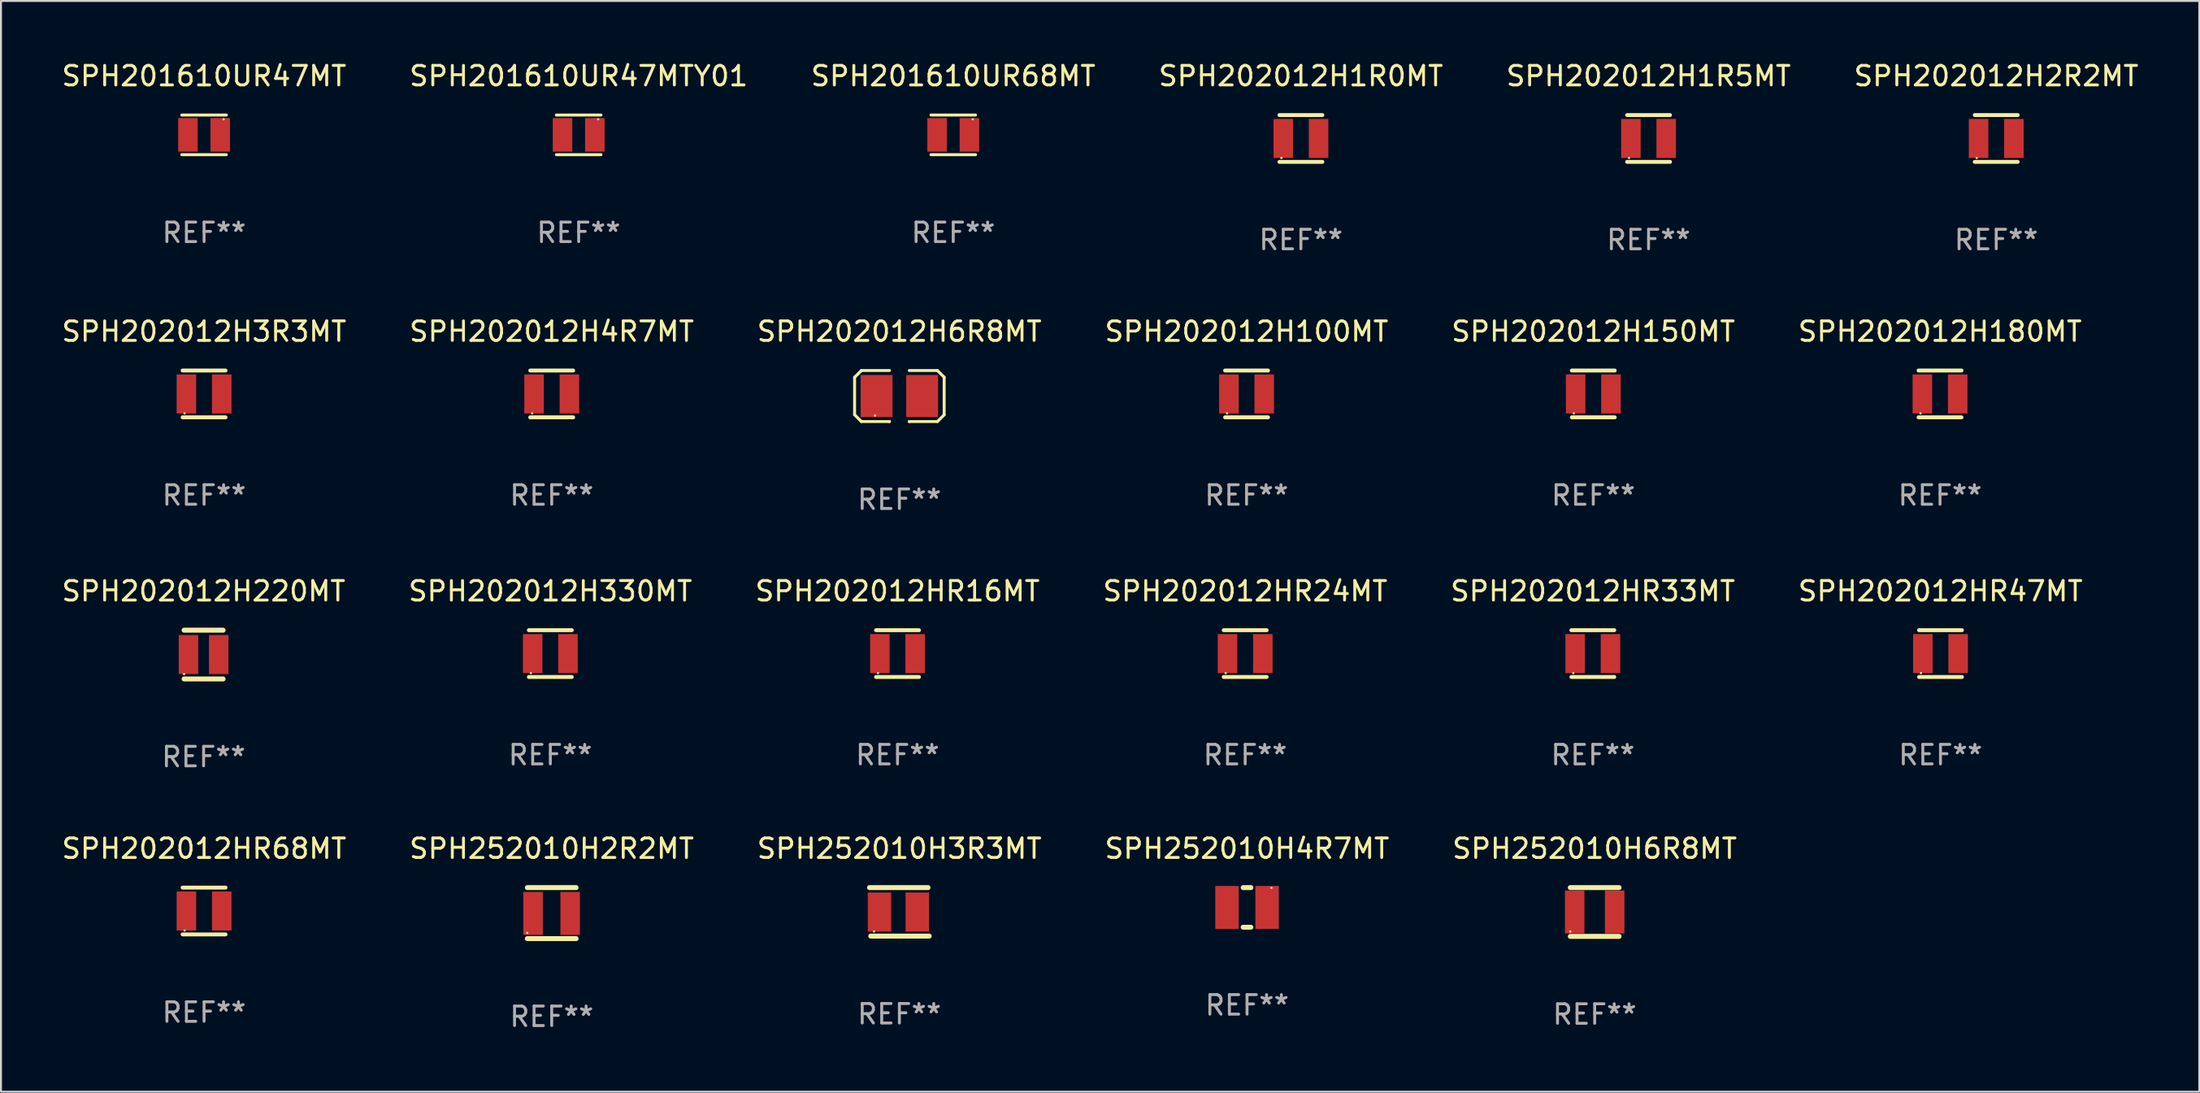
<source format=kicad_pcb>
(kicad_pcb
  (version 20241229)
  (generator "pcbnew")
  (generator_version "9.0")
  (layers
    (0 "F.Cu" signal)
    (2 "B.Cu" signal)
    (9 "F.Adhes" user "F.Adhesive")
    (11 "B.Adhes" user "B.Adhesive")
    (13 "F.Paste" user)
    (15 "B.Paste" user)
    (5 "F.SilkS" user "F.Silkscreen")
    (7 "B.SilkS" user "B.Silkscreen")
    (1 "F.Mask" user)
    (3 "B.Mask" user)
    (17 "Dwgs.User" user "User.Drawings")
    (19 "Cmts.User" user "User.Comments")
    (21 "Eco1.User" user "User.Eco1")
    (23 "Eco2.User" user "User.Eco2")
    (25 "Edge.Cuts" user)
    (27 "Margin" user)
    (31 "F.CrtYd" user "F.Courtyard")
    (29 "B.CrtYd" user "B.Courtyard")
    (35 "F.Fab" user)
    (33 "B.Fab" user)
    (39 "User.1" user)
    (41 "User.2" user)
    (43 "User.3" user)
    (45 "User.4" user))
  (footprint "SPH202012H4R7MT"
    (layer "F.Cu")
    (at 25.232 17.145)
    (property "Reference" "SPH202012H4R7MT" (at 0 -3.2 0) (layer "F.SilkS") (effects (font (size 1 1) (thickness 0.15))))
    (attr through_hole)
    (fp_line (start -1.1 -1.2) (end 1.1 -1.2) (stroke (width 0.2) (type solid)) (layer "F.SilkS"))
    (fp_line (start -1.1 1.2) (end 1.1 1.2) (stroke (width 0.2) (type solid)) (layer "F.SilkS"))
    (fp_circle (center -1 1) (end -0.97 1) (stroke (width 0.06) (type solid)) (fill no) (layer "F.SilkS"))
    (fp_text user "REF**" (at 0 5.2 0) (layer "F.Fab") (effects (font (size 1 1) (thickness 0.15))))
    (pad "1" smd rect (at -0.905 0) (size 1 2) (layers "F.Cu" "F.Mask" "F.Paste"))
    (pad "2" smd rect (at 0.905 0) (size 1 2) (layers "F.Cu" "F.Mask" "F.Paste")))
  (footprint "SPH202012H330MT"
    (layer "F.Cu")
    (at 25.161 30.457)
    (property "Reference" "SPH202012H330MT" (at 0 -3.2 0) (layer "F.SilkS") (effects (font (size 1 1) (thickness 0.15))))
    (attr through_hole)
    (fp_line (start -1.1 -1.2) (end 1.1 -1.2) (stroke (width 0.2) (type solid)) (layer "F.SilkS"))
    (fp_line (start -1.1 1.2) (end 1.1 1.2) (stroke (width 0.2) (type solid)) (layer "F.SilkS"))
    (fp_circle (center -1 1) (end -0.97 1) (stroke (width 0.06) (type solid)) (fill no) (layer "F.SilkS"))
    (fp_text user "REF**" (at 0 5.2 0) (layer "F.Fab") (effects (font (size 1 1) (thickness 0.15))))
    (pad "1" smd rect (at -0.905 0) (size 1 2) (layers "F.Cu" "F.Mask" "F.Paste"))
    (pad "2" smd rect (at 0.905 0) (size 1 2) (layers "F.Cu" "F.Mask" "F.Paste")))
  (footprint "SPH201610UR47MTY01"
    (layer "F.Cu")
    (at 26.613 3.864)
    (property "Reference" "SPH201610UR47MTY01" (at 0 -3.016 0) (layer "F.SilkS") (effects (font (size 1 1) (thickness 0.15))))
    (attr through_hole)
    (fp_line (start -1.143 -1.016) (end 1.143 -1.016) (stroke (width 0.152) (type solid)) (layer "F.SilkS"))
    (fp_line (start 1.143 1.016) (end -1.143 1.016) (stroke (width 0.152) (type solid)) (layer "F.SilkS"))
    (fp_circle (center 1 -0.8) (end 1.03 -0.8) (stroke (width 0.06) (type solid)) (fill no) (layer "F.SilkS"))
    (fp_text user "REF**" (at 0 5.016 0) (layer "F.Fab") (effects (font (size 1 1) (thickness 0.15))))
    (pad "1" smd rect (at 0.828 0) (size 1 1.72) (layers "F.Cu" "F.Mask" "F.Paste"))
    (pad "2" smd rect (at -0.828 0) (size 1 1.72) (layers "F.Cu" "F.Mask" "F.Paste")))
  (footprint "SPH252010H2R2MT"
    (layer "F.Cu")
    (at 25.232 43.762)
    (property "Reference" "SPH252010H2R2MT" (at 0 -3.308 0) (layer "F.SilkS") (effects (font (size 1 1) (thickness 0.15))))
    (attr through_hole)
    (fp_line (start -1.25 -1.308) (end 1.25 -1.308) (stroke (width 0.254) (type solid)) (layer "F.SilkS"))
    (fp_line (start -1.25 1.308) (end 1.25 1.308) (stroke (width 0.254) (type solid)) (layer "F.SilkS"))
    (fp_circle (center -1.255 1.013) (end -1.225 1.013) (stroke (width 0.06) (type solid)) (fill no) (layer "F.SilkS"))
    (fp_text user "REF**" (at 0 5.308 0) (layer "F.Fab") (effects (font (size 1 1) (thickness 0.15))))
    (pad "1" smd rect (at -0.956 0.013) (size 1 2.2) (layers "F.Cu" "F.Mask" "F.Paste"))
    (pad "2" smd rect (at 0.945 0.013) (size 1 2.2) (layers "F.Cu" "F.Mask" "F.Paste")))
  (footprint "SPH202012HR24MT"
    (layer "F.Cu")
    (at 60.78 30.457)
    (property "Reference" "SPH202012HR24MT" (at 0 -3.2 0) (layer "F.SilkS") (effects (font (size 1 1) (thickness 0.15))))
    (attr through_hole)
    (fp_line (start -1.1 -1.2) (end 1.1 -1.2) (stroke (width 0.2) (type solid)) (layer "F.SilkS"))
    (fp_line (start -1.1 1.2) (end 1.1 1.2) (stroke (width 0.2) (type solid)) (layer "F.SilkS"))
    (fp_circle (center -1 1) (end -0.97 1) (stroke (width 0.06) (type solid)) (fill no) (layer "F.SilkS"))
    (fp_text user "REF**" (at 0 5.2 0) (layer "F.Fab") (effects (font (size 1 1) (thickness 0.15))))
    (pad "1" smd rect (at -0.905 0) (size 1 2) (layers "F.Cu" "F.Mask" "F.Paste"))
    (pad "2" smd rect (at 0.905 0) (size 1 2) (layers "F.Cu" "F.Mask" "F.Paste")))
  (footprint "SPH252010H3R3MT"
    (layer "F.Cu")
    (at 43.054 43.697)
    (property "Reference" "SPH252010H3R3MT" (at 0 -3.243 0) (layer "F.SilkS") (effects (font (size 1 1) (thickness 0.15))))
    (attr through_hole)
    (fp_line (start -1.531 -1.243) (end 1.469 -1.243) (stroke (width 0.254) (type solid)) (layer "F.SilkS"))
    (fp_line (start -1.469 1.243) (end 1.531 1.243) (stroke (width 0.254) (type solid)) (layer "F.SilkS"))
    (fp_circle (center -1.3 1.009) (end -1.27 1.009) (stroke (width 0.06) (type solid)) (fill no) (layer "F.SilkS"))
    (fp_text user "REF**" (at 0 5.243 0) (layer "F.Fab") (effects (font (size 1 1) (thickness 0.15))))
    (pad "1" smd rect (at -1.019 0.009) (size 1.2 2) (layers "F.Cu" "F.Mask" "F.Paste"))
    (pad "2" smd rect (at 0.918 0.009) (size 1.2 2) (layers "F.Cu" "F.Mask" "F.Paste")))
  (footprint "SPH201610UR68MT"
    (layer "F.Cu")
    (at 45.815 3.864)
    (property "Reference" "SPH201610UR68MT" (at 0 -3.016 0) (layer "F.SilkS") (effects (font (size 1 1) (thickness 0.15))))
    (attr through_hole)
    (fp_line (start -1.143 -1.016) (end 1.143 -1.016) (stroke (width 0.152) (type solid)) (layer "F.SilkS"))
    (fp_line (start 1.143 1.016) (end -1.143 1.016) (stroke (width 0.152) (type solid)) (layer "F.SilkS"))
    (fp_circle (center 1 -0.8) (end 1.03 -0.8) (stroke (width 0.06) (type solid)) (fill no) (layer "F.SilkS"))
    (fp_text user "REF**" (at 0 5.016 0) (layer "F.Fab") (effects (font (size 1 1) (thickness 0.15))))
    (pad "1" smd rect (at 0.828 0) (size 1 1.72) (layers "F.Cu" "F.Mask" "F.Paste"))
    (pad "2" smd rect (at -0.828 0) (size 1 1.72) (layers "F.Cu" "F.Mask" "F.Paste")))
  (footprint "SPH202012H1R0MT"
    (layer "F.Cu")
    (at 63.637 4.048)
    (property "Reference" "SPH202012H1R0MT" (at 0 -3.2 0) (layer "F.SilkS") (effects (font (size 1 1) (thickness 0.15))))
    (attr through_hole)
    (fp_line (start -1.1 -1.2) (end 1.1 -1.2) (stroke (width 0.2) (type solid)) (layer "F.SilkS"))
    (fp_line (start -1.1 1.2) (end 1.1 1.2) (stroke (width 0.2) (type solid)) (layer "F.SilkS"))
    (fp_circle (center -1 1) (end -0.97 1) (stroke (width 0.06) (type solid)) (fill no) (layer "F.SilkS"))
    (fp_text user "REF**" (at 0 5.2 0) (layer "F.Fab") (effects (font (size 1 1) (thickness 0.15))))
    (pad "1" smd rect (at -0.905 0) (size 1 2) (layers "F.Cu" "F.Mask" "F.Paste"))
    (pad "2" smd rect (at 0.905 0) (size 1 2) (layers "F.Cu" "F.Mask" "F.Paste")))
  (footprint "SPH202012H3R3MT"
    (layer "F.Cu")
    (at 7.411 17.145)
    (property "Reference" "SPH202012H3R3MT" (at 0 -3.2 0) (layer "F.SilkS") (effects (font (size 1 1) (thickness 0.15))))
    (attr through_hole)
    (fp_line (start -1.1 -1.2) (end 1.1 -1.2) (stroke (width 0.2) (type solid)) (layer "F.SilkS"))
    (fp_line (start -1.1 1.2) (end 1.1 1.2) (stroke (width 0.2) (type solid)) (layer "F.SilkS"))
    (fp_circle (center -1 1) (end -0.97 1) (stroke (width 0.06) (type solid)) (fill no) (layer "F.SilkS"))
    (fp_text user "REF**" (at 0 5.2 0) (layer "F.Fab") (effects (font (size 1 1) (thickness 0.15))))
    (pad "1" smd rect (at -0.905 0) (size 1 2) (layers "F.Cu" "F.Mask" "F.Paste"))
    (pad "2" smd rect (at 0.905 0) (size 1 2) (layers "F.Cu" "F.Mask" "F.Paste")))
  (footprint "SPH202012HR68MT"
    (layer "F.Cu")
    (at 7.411 43.654)
    (property "Reference" "SPH202012HR68MT" (at 0 -3.2 0) (layer "F.SilkS") (effects (font (size 1 1) (thickness 0.15))))
    (attr through_hole)
    (fp_line (start -1.1 -1.2) (end 1.1 -1.2) (stroke (width 0.2) (type solid)) (layer "F.SilkS"))
    (fp_line (start -1.1 1.2) (end 1.1 1.2) (stroke (width 0.2) (type solid)) (layer "F.SilkS"))
    (fp_circle (center -1 1) (end -0.97 1) (stroke (width 0.06) (type solid)) (fill no) (layer "F.SilkS"))
    (fp_text user "REF**" (at 0 5.2 0) (layer "F.Fab") (effects (font (size 1 1) (thickness 0.15))))
    (pad "1" smd rect (at -0.905 0) (size 1 2) (layers "F.Cu" "F.Mask" "F.Paste"))
    (pad "2" smd rect (at 0.905 0) (size 1 2) (layers "F.Cu" "F.Mask" "F.Paste")))
  (footprint "SPH202012H2R2MT"
    (layer "F.Cu")
    (at 99.28 4.048)
    (property "Reference" "SPH202012H2R2MT" (at 0 -3.2 0) (layer "F.SilkS") (effects (font (size 1 1) (thickness 0.15))))
    (attr through_hole)
    (fp_line (start -1.1 -1.2) (end 1.1 -1.2) (stroke (width 0.2) (type solid)) (layer "F.SilkS"))
    (fp_line (start -1.1 1.2) (end 1.1 1.2) (stroke (width 0.2) (type solid)) (layer "F.SilkS"))
    (fp_circle (center -1 1) (end -0.97 1) (stroke (width 0.06) (type solid)) (fill no) (layer "F.SilkS"))
    (fp_text user "REF**" (at 0 5.2 0) (layer "F.Fab") (effects (font (size 1 1) (thickness 0.15))))
    (pad "1" smd rect (at -0.905 0) (size 1 2) (layers "F.Cu" "F.Mask" "F.Paste"))
    (pad "2" smd rect (at 0.905 0) (size 1 2) (layers "F.Cu" "F.Mask" "F.Paste")))
  (footprint "SPH202012HR16MT"
    (layer "F.Cu")
    (at 42.958 30.457)
    (property "Reference" "SPH202012HR16MT" (at 0 -3.2 0) (layer "F.SilkS") (effects (font (size 1 1) (thickness 0.15))))
    (attr through_hole)
    (fp_line (start -1.1 -1.2) (end 1.1 -1.2) (stroke (width 0.2) (type solid)) (layer "F.SilkS"))
    (fp_line (start -1.1 1.2) (end 1.1 1.2) (stroke (width 0.2) (type solid)) (layer "F.SilkS"))
    (fp_circle (center -1 1) (end -0.97 1) (stroke (width 0.06) (type solid)) (fill no) (layer "F.SilkS"))
    (fp_text user "REF**" (at 0 5.2 0) (layer "F.Fab") (effects (font (size 1 1) (thickness 0.15))))
    (pad "1" smd rect (at -0.905 0) (size 1 2) (layers "F.Cu" "F.Mask" "F.Paste"))
    (pad "2" smd rect (at 0.905 0) (size 1 2) (layers "F.Cu" "F.Mask" "F.Paste")))
  (footprint "SPH202012HR47MT"
    (layer "F.Cu")
    (at 96.423 30.457)
    (property "Reference" "SPH202012HR47MT" (at 0 -3.2 0) (layer "F.SilkS") (effects (font (size 1 1) (thickness 0.15))))
    (attr through_hole)
    (fp_line (start -1.1 -1.2) (end 1.1 -1.2) (stroke (width 0.2) (type solid)) (layer "F.SilkS"))
    (fp_line (start -1.1 1.2) (end 1.1 1.2) (stroke (width 0.2) (type solid)) (layer "F.SilkS"))
    (fp_circle (center -1 1) (end -0.97 1) (stroke (width 0.06) (type solid)) (fill no) (layer "F.SilkS"))
    (fp_text user "REF**" (at 0 5.2 0) (layer "F.Fab") (effects (font (size 1 1) (thickness 0.15))))
    (pad "1" smd rect (at -0.905 0) (size 1 2) (layers "F.Cu" "F.Mask" "F.Paste"))
    (pad "2" smd rect (at 0.905 0) (size 1 2) (layers "F.Cu" "F.Mask" "F.Paste")))
  (footprint "SPH202012H6R8MT"
    (layer "F.Cu")
    (at 43.054 17.253)
    (property "Reference" "SPH202012H6R8MT" (at 0 -3.308 0) (layer "F.SilkS") (effects (font (size 1 1) (thickness 0.15))))
    (attr through_hole)
    (fp_line (start -2.296 -0.96) (end -1.948 -1.308) (stroke (width 0.152) (type solid)) (layer "F.SilkS"))
    (fp_line (start -2.296 0.96) (end -2.296 -0.96) (stroke (width 0.152) (type solid)) (layer "F.SilkS"))
    (fp_line (start -1.948 -1.308) (end -0.508 -1.308) (stroke (width 0.152) (type solid)) (layer "F.SilkS"))
    (fp_line (start -1.948 1.308) (end -2.296 0.96) (stroke (width 0.152) (type solid)) (layer "F.SilkS"))
    (fp_line (start -0.508 1.308) (end -1.948 1.308) (stroke (width 0.152) (type solid)) (layer "F.SilkS"))
    (fp_line (start -0.508 1.308) (end -0.508 1.308) (stroke (width 0.152) (type solid)) (layer "F.SilkS"))
    (fp_line (start 0.508 1.308) (end 0.508 1.308) (stroke (width 0.152) (type solid)) (layer "F.SilkS"))
    (fp_line (start 0.508 1.308) (end 1.948 1.308) (stroke (width 0.152) (type solid)) (layer "F.SilkS"))
    (fp_line (start 1.948 -1.308) (end 0.508 -1.308) (stroke (width 0.152) (type solid)) (layer "F.SilkS"))
    (fp_line (start 1.948 1.308) (end 2.296 0.963) (stroke (width 0.152) (type solid)) (layer "F.SilkS"))
    (fp_line (start 2.296 -0.963) (end 1.948 -1.308) (stroke (width 0.152) (type solid)) (layer "F.SilkS"))
    (fp_line (start 2.296 0.963) (end 2.296 -0.963) (stroke (width 0.152) (type solid)) (layer "F.SilkS"))
    (fp_circle (center -1.25 1) (end -1.22 1) (stroke (width 0.06) (type solid)) (fill no) (layer "F.SilkS"))
    (fp_text user "REF**" (at 0 5.308 0) (layer "F.Fab") (effects (font (size 1 1) (thickness 0.15))))
    (pad "1" smd rect (at -1.168 0.000025) (size 1.635 2.16) (layers "F.Cu" "F.Mask" "F.Paste"))
    (pad "2" smd rect (at 1.168 0.000025) (size 1.635 2.16) (layers "F.Cu" "F.Mask" "F.Paste")))
  (footprint "SPH202012H1R5MT"
    (layer "F.Cu")
    (at 81.458 4.048)
    (property "Reference" "SPH202012H1R5MT" (at 0 -3.2 0) (layer "F.SilkS") (effects (font (size 1 1) (thickness 0.15))))
    (attr through_hole)
    (fp_line (start -1.1 -1.2) (end 1.1 -1.2) (stroke (width 0.2) (type solid)) (layer "F.SilkS"))
    (fp_line (start -1.1 1.2) (end 1.1 1.2) (stroke (width 0.2) (type solid)) (layer "F.SilkS"))
    (fp_circle (center -1 1) (end -0.97 1) (stroke (width 0.06) (type solid)) (fill no) (layer "F.SilkS"))
    (fp_text user "REF**" (at 0 5.2 0) (layer "F.Fab") (effects (font (size 1 1) (thickness 0.15))))
    (pad "1" smd rect (at -0.905 0) (size 1 2) (layers "F.Cu" "F.Mask" "F.Paste"))
    (pad "2" smd rect (at 0.905 0) (size 1 2) (layers "F.Cu" "F.Mask" "F.Paste")))
  (footprint "SPH252010H4R7MT"
    (layer "F.Cu")
    (at 60.875 43.47)
    (property "Reference" "SPH252010H4R7MT" (at 0 -3.016 0) (layer "F.SilkS") (effects (font (size 1 1) (thickness 0.15))))
    (attr through_hole)
    (fp_line (start -0.197 1.016) (end 0.197 1.016) (stroke (width 0.254) (type solid)) (layer "F.SilkS"))
    (fp_line (start 0.197 -1.016) (end -0.197 -1.016) (stroke (width 0.254) (type solid)) (layer "F.SilkS"))
    (fp_circle (center 1.25 -1) (end 1.28 -1) (stroke (width 0.06) (type solid)) (fill no) (layer "F.SilkS"))
    (fp_text user "REF**" (at 0 5.016 0) (layer "F.Fab") (effects (font (size 1 1) (thickness 0.15))))
    (pad "1" smd rect (at 1.028 0) (size 1.2 2.2) (layers "F.Cu" "F.Mask" "F.Paste"))
    (pad "2" smd rect (at -1.028 0) (size 1.2 2.2) (layers "F.Cu" "F.Mask" "F.Paste")))
  (footprint "SPH202012H150MT"
    (layer "F.Cu")
    (at 78.625 17.145)
    (property "Reference" "SPH202012H150MT" (at 0 -3.2 0) (layer "F.SilkS") (effects (font (size 1 1) (thickness 0.15))))
    (attr through_hole)
    (fp_line (start -1.1 -1.2) (end 1.1 -1.2) (stroke (width 0.2) (type solid)) (layer "F.SilkS"))
    (fp_line (start -1.1 1.2) (end 1.1 1.2) (stroke (width 0.2) (type solid)) (layer "F.SilkS"))
    (fp_circle (center -1 1) (end -0.97 1) (stroke (width 0.06) (type solid)) (fill no) (layer "F.SilkS"))
    (fp_text user "REF**" (at 0 5.2 0) (layer "F.Fab") (effects (font (size 1 1) (thickness 0.15))))
    (pad "1" smd rect (at -0.905 0) (size 1 2) (layers "F.Cu" "F.Mask" "F.Paste"))
    (pad "2" smd rect (at 0.905 0) (size 1 2) (layers "F.Cu" "F.Mask" "F.Paste")))
  (footprint "SPH201610UR47MT"
    (layer "F.Cu")
    (at 7.411 3.864)
    (property "Reference" "SPH201610UR47MT" (at 0 -3.016 0) (layer "F.SilkS") (effects (font (size 1 1) (thickness 0.15))))
    (attr through_hole)
    (fp_line (start -1.143 -1.016) (end 1.143 -1.016) (stroke (width 0.152) (type solid)) (layer "F.SilkS"))
    (fp_line (start 1.143 1.016) (end -1.143 1.016) (stroke (width 0.152) (type solid)) (layer "F.SilkS"))
    (fp_circle (center 1 -0.8) (end 1.03 -0.8) (stroke (width 0.06) (type solid)) (fill no) (layer "F.SilkS"))
    (fp_text user "REF**" (at 0 5.016 0) (layer "F.Fab") (effects (font (size 1 1) (thickness 0.15))))
    (pad "1" smd rect (at 0.828 0) (size 1 1.72) (layers "F.Cu" "F.Mask" "F.Paste"))
    (pad "2" smd rect (at -0.828 0) (size 1 1.72) (layers "F.Cu" "F.Mask" "F.Paste")))
  (footprint "SPH202012H100MT"
    (layer "F.Cu")
    (at 60.851 17.145)
    (property "Reference" "SPH202012H100MT" (at 0 -3.2 0) (layer "F.SilkS") (effects (font (size 1 1) (thickness 0.15))))
    (attr through_hole)
    (fp_line (start -1.1 -1.2) (end 1.1 -1.2) (stroke (width 0.2) (type solid)) (layer "F.SilkS"))
    (fp_line (start -1.1 1.2) (end 1.1 1.2) (stroke (width 0.2) (type solid)) (layer "F.SilkS"))
    (fp_circle (center -1 1) (end -0.97 1) (stroke (width 0.06) (type solid)) (fill no) (layer "F.SilkS"))
    (fp_text user "REF**" (at 0 5.2 0) (layer "F.Fab") (effects (font (size 1 1) (thickness 0.15))))
    (pad "1" smd rect (at -0.905 0) (size 1 2) (layers "F.Cu" "F.Mask" "F.Paste"))
    (pad "2" smd rect (at 0.905 0) (size 1 2) (layers "F.Cu" "F.Mask" "F.Paste")))
  (footprint "SPH252010H6R8MT"
    (layer "F.Cu")
    (at 78.696 43.704)
    (property "Reference" "SPH252010H6R8MT" (at 0 -3.25 0) (layer "F.SilkS") (effects (font (size 1 1) (thickness 0.15))))
    (attr through_hole)
    (fp_line (start -1.25 -1.25) (end 1.25 -1.25) (stroke (width 0.254) (type solid)) (layer "F.SilkS"))
    (fp_line (start -1.25 1.25) (end 1.25 1.25) (stroke (width 0.254) (type solid)) (layer "F.SilkS"))
    (fp_circle (center -1.25 1) (end -1.22 1) (stroke (width 0.06) (type solid)) (fill no) (layer "F.SilkS"))
    (fp_text user "REF**" (at 0 5.25 0) (layer "F.Fab") (effects (font (size 1 1) (thickness 0.15))))
    (pad "1" smd rect (at -1.025 0) (size 1 2.2) (layers "F.Cu" "F.Mask" "F.Paste"))
    (pad "2" smd rect (at 1.025 0) (size 1 2.2) (layers "F.Cu" "F.Mask" "F.Paste")))
  (footprint "SPH202012HR33MT"
    (layer "F.Cu")
    (at 78.601 30.457)
    (property "Reference" "SPH202012HR33MT" (at 0 -3.2 0) (layer "F.SilkS") (effects (font (size 1 1) (thickness 0.15))))
    (attr through_hole)
    (fp_line (start -1.1 -1.2) (end 1.1 -1.2) (stroke (width 0.2) (type solid)) (layer "F.SilkS"))
    (fp_line (start -1.1 1.2) (end 1.1 1.2) (stroke (width 0.2) (type solid)) (layer "F.SilkS"))
    (fp_circle (center -1 1) (end -0.97 1) (stroke (width 0.06) (type solid)) (fill no) (layer "F.SilkS"))
    (fp_text user "REF**" (at 0 5.2 0) (layer "F.Fab") (effects (font (size 1 1) (thickness 0.15))))
    (pad "1" smd rect (at -0.905 0) (size 1 2) (layers "F.Cu" "F.Mask" "F.Paste"))
    (pad "2" smd rect (at 0.905 0) (size 1 2) (layers "F.Cu" "F.Mask" "F.Paste")))
  (footprint "SPH202012H180MT"
    (layer "F.Cu")
    (at 96.399 17.145)
    (property "Reference" "SPH202012H180MT" (at 0 -3.2 0) (layer "F.SilkS") (effects (font (size 1 1) (thickness 0.15))))
    (attr through_hole)
    (fp_line (start -1.1 -1.2) (end 1.1 -1.2) (stroke (width 0.2) (type solid)) (layer "F.SilkS"))
    (fp_line (start -1.1 1.2) (end 1.1 1.2) (stroke (width 0.2) (type solid)) (layer "F.SilkS"))
    (fp_circle (center -1 1) (end -0.97 1) (stroke (width 0.06) (type solid)) (fill no) (layer "F.SilkS"))
    (fp_text user "REF**" (at 0 5.2 0) (layer "F.Fab") (effects (font (size 1 1) (thickness 0.15))))
    (pad "1" smd rect (at -0.905 0) (size 1 2) (layers "F.Cu" "F.Mask" "F.Paste"))
    (pad "2" smd rect (at 0.905 0) (size 1 2) (layers "F.Cu" "F.Mask" "F.Paste")))
  (footprint "SPH202012H220MT"
    (layer "F.Cu")
    (at 7.387 30.507)
    (property "Reference" "SPH202012H220MT" (at 0 -3.25 0) (layer "F.SilkS") (effects (font (size 1 1) (thickness 0.15))))
    (attr through_hole)
    (fp_line (start -1 -1.25) (end 1 -1.25) (stroke (width 0.254) (type solid)) (layer "F.SilkS"))
    (fp_line (start -1 1.25) (end 1 1.25) (stroke (width 0.254) (type solid)) (layer "F.SilkS"))
    (fp_circle (center -1 1) (end -0.97 1) (stroke (width 0.06) (type solid)) (fill no) (layer "F.SilkS"))
    (fp_text user "REF**" (at 0 5.25 0) (layer "F.Fab") (effects (font (size 1 1) (thickness 0.15))))
    (pad "1" smd rect (at -0.775 0 90) (size 2 1) (layers "F.Cu" "F.Mask" "F.Paste"))
    (pad "2" smd rect (at 0.775 0 90) (size 2 1) (layers "F.Cu" "F.Mask" "F.Paste")))
  (gr_rect
    (start -3 -3)
    (end 109.69 52.918)
    (stroke (width 0.1) (type default))
    (fill no)
    (layer "Edge.Cuts")))
</source>
